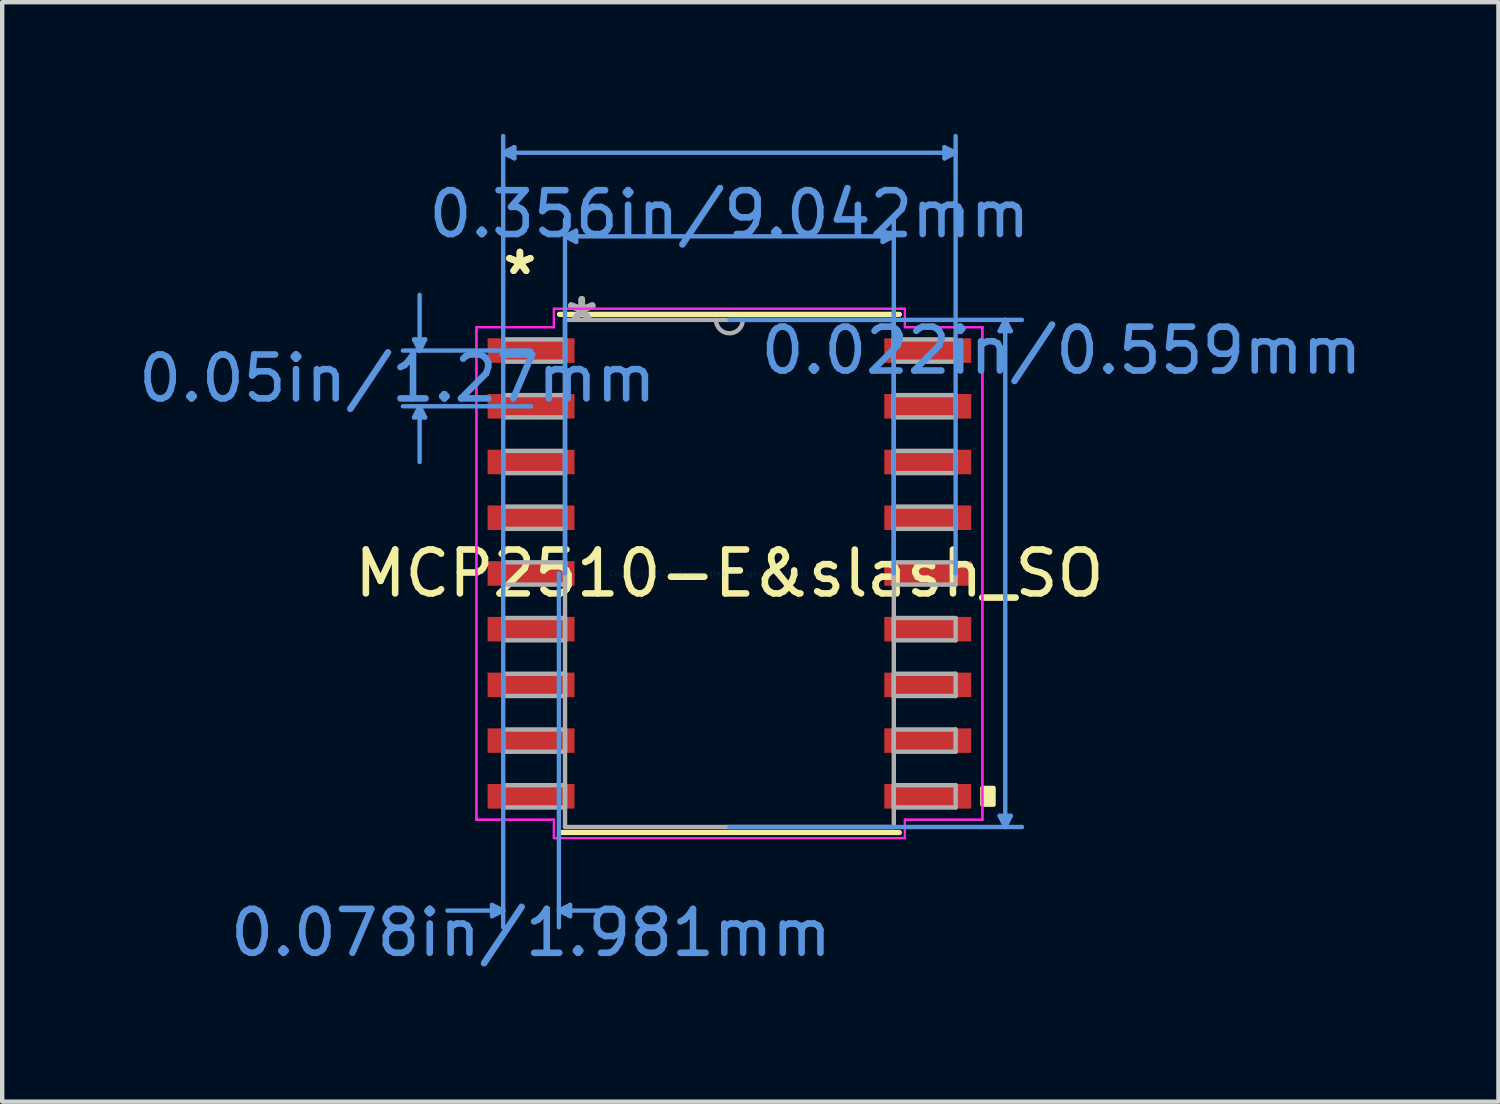
<source format=kicad_pcb>
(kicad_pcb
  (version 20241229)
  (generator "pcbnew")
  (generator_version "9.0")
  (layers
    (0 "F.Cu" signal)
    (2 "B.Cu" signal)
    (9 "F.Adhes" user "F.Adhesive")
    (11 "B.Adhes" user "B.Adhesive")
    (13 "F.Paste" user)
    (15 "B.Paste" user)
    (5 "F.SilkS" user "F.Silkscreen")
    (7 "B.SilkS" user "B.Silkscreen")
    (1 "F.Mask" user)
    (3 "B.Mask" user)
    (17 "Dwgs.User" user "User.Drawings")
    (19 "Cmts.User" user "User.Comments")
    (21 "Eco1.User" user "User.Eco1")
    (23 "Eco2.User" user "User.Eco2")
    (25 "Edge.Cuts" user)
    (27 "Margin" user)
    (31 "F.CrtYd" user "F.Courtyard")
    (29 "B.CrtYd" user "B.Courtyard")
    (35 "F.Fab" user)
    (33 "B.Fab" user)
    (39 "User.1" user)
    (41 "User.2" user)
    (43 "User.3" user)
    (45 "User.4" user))
  (footprint "MCP2510-E&slash_SO"
    (layer "F.Cu")
    (at 13.575 10.02)
    (property "Reference" "MCP2510-E&slash_SO" (at 0 0 0) (layer "F.SilkS") (effects (font (size 1 1) (thickness 0.15))))
    (attr through_hole)
    (fp_line (start -3.873 5.905) (end 3.873 5.905) (stroke (width 0.12) (type solid)) (layer "F.SilkS"))
    (fp_line (start 3.873 -5.905) (end -3.873 -5.905) (stroke (width 0.12) (type solid)) (layer "F.SilkS"))
    (fp_poly (pts (xy 6.02 4.889) (xy 6.02 5.271) (xy 5.766 5.271) (xy 5.766 4.889)) (stroke (width 0.1) (type solid)) (fill yes) (layer "F.SilkS"))
    (fp_line (start -7.188 -5.334) (end -6.934 -5.334) (stroke (width 0.1) (type solid)) (layer "Cmts.User"))
    (fp_line (start -7.188 -3.556) (end -6.934 -3.556) (stroke (width 0.1) (type solid)) (layer "Cmts.User"))
    (fp_line (start -7.061 -5.08) (end -7.188 -5.334) (stroke (width 0.1) (type solid)) (layer "Cmts.User"))
    (fp_line (start -7.061 -5.08) (end -7.061 -6.35) (stroke (width 0.1) (type solid)) (layer "Cmts.User"))
    (fp_line (start -7.061 -5.08) (end -6.934 -5.334) (stroke (width 0.1) (type solid)) (layer "Cmts.User"))
    (fp_line (start -7.061 -3.81) (end -7.188 -3.556) (stroke (width 0.1) (type solid)) (layer "Cmts.User"))
    (fp_line (start -7.061 -3.81) (end -7.061 -2.54) (stroke (width 0.1) (type solid)) (layer "Cmts.User"))
    (fp_line (start -7.061 -3.81) (end -6.934 -3.556) (stroke (width 0.1) (type solid)) (layer "Cmts.User"))
    (fp_line (start -5.41 7.556) (end -5.41 7.811) (stroke (width 0.1) (type solid)) (layer "Cmts.User"))
    (fp_line (start -5.156 -9.588) (end -4.902 -9.716) (stroke (width 0.1) (type solid)) (layer "Cmts.User"))
    (fp_line (start -5.156 -9.588) (end -4.902 -9.461) (stroke (width 0.1) (type solid)) (layer "Cmts.User"))
    (fp_line (start -5.156 -9.588) (end 5.156 -9.588) (stroke (width 0.1) (type solid)) (layer "Cmts.User"))
    (fp_line (start -5.156 0) (end -5.156 -9.97) (stroke (width 0.1) (type solid)) (layer "Cmts.User"))
    (fp_line (start -5.156 0) (end -5.156 8.065) (stroke (width 0.1) (type solid)) (layer "Cmts.User"))
    (fp_line (start -5.156 7.684) (end -6.426 7.684) (stroke (width 0.1) (type solid)) (layer "Cmts.User"))
    (fp_line (start -5.156 7.684) (end -5.41 7.556) (stroke (width 0.1) (type solid)) (layer "Cmts.User"))
    (fp_line (start -5.156 7.684) (end -5.41 7.811) (stroke (width 0.1) (type solid)) (layer "Cmts.User"))
    (fp_line (start -4.902 -9.716) (end -4.902 -9.461) (stroke (width 0.1) (type solid)) (layer "Cmts.User"))
    (fp_line (start -4.521 -5.08) (end -7.442 -5.08) (stroke (width 0.1) (type solid)) (layer "Cmts.User"))
    (fp_line (start -4.521 -3.81) (end -7.442 -3.81) (stroke (width 0.1) (type solid)) (layer "Cmts.User"))
    (fp_line (start -3.886 0) (end -3.886 8.065) (stroke (width 0.1) (type solid)) (layer "Cmts.User"))
    (fp_line (start -3.886 7.684) (end -3.632 7.556) (stroke (width 0.1) (type solid)) (layer "Cmts.User"))
    (fp_line (start -3.886 7.684) (end -3.632 7.811) (stroke (width 0.1) (type solid)) (layer "Cmts.User"))
    (fp_line (start -3.886 7.684) (end -2.616 7.684) (stroke (width 0.1) (type solid)) (layer "Cmts.User"))
    (fp_line (start -3.747 -7.684) (end -3.493 -7.811) (stroke (width 0.1) (type solid)) (layer "Cmts.User"))
    (fp_line (start -3.747 -7.684) (end -3.493 -7.556) (stroke (width 0.1) (type solid)) (layer "Cmts.User"))
    (fp_line (start -3.747 -7.684) (end 3.747 -7.684) (stroke (width 0.1) (type solid)) (layer "Cmts.User"))
    (fp_line (start -3.747 0) (end -3.747 -8.065) (stroke (width 0.1) (type solid)) (layer "Cmts.User"))
    (fp_line (start -3.632 7.556) (end -3.632 7.811) (stroke (width 0.1) (type solid)) (layer "Cmts.User"))
    (fp_line (start -3.493 -7.811) (end -3.493 -7.556) (stroke (width 0.1) (type solid)) (layer "Cmts.User"))
    (fp_line (start 0 -5.779) (end 6.668 -5.779) (stroke (width 0.1) (type solid)) (layer "Cmts.User"))
    (fp_line (start 0 5.779) (end 6.668 5.779) (stroke (width 0.1) (type solid)) (layer "Cmts.User"))
    (fp_line (start 3.493 -7.811) (end 3.493 -7.556) (stroke (width 0.1) (type solid)) (layer "Cmts.User"))
    (fp_line (start 3.747 -7.684) (end 3.493 -7.811) (stroke (width 0.1) (type solid)) (layer "Cmts.User"))
    (fp_line (start 3.747 -7.684) (end 3.493 -7.556) (stroke (width 0.1) (type solid)) (layer "Cmts.User"))
    (fp_line (start 3.747 0) (end 3.747 -8.065) (stroke (width 0.1) (type solid)) (layer "Cmts.User"))
    (fp_line (start 4.902 -9.716) (end 4.902 -9.461) (stroke (width 0.1) (type solid)) (layer "Cmts.User"))
    (fp_line (start 5.156 -9.588) (end 4.902 -9.716) (stroke (width 0.1) (type solid)) (layer "Cmts.User"))
    (fp_line (start 5.156 -9.588) (end 4.902 -9.461) (stroke (width 0.1) (type solid)) (layer "Cmts.User"))
    (fp_line (start 5.156 0) (end 5.156 -9.97) (stroke (width 0.1) (type solid)) (layer "Cmts.User"))
    (fp_line (start 6.16 -5.524) (end 6.413 -5.524) (stroke (width 0.1) (type solid)) (layer "Cmts.User"))
    (fp_line (start 6.16 5.524) (end 6.413 5.524) (stroke (width 0.1) (type solid)) (layer "Cmts.User"))
    (fp_line (start 6.287 -5.779) (end 6.16 -5.524) (stroke (width 0.1) (type solid)) (layer "Cmts.User"))
    (fp_line (start 6.287 -5.779) (end 6.287 5.779) (stroke (width 0.1) (type solid)) (layer "Cmts.User"))
    (fp_line (start 6.287 -5.779) (end 6.413 -5.524) (stroke (width 0.1) (type solid)) (layer "Cmts.User"))
    (fp_line (start 6.287 5.779) (end 6.16 5.524) (stroke (width 0.1) (type solid)) (layer "Cmts.User"))
    (fp_line (start 6.287 5.779) (end 6.413 5.524) (stroke (width 0.1) (type solid)) (layer "Cmts.User"))
    (fp_line (start -5.766 -5.613) (end -4 -5.613) (stroke (width 0.05) (type solid)) (layer "F.CrtYd"))
    (fp_line (start -5.766 -5.613) (end -4 -5.613) (stroke (width 0.05) (type solid)) (layer "F.CrtYd"))
    (fp_line (start -5.766 5.613) (end -5.766 -5.613) (stroke (width 0.05) (type solid)) (layer "F.CrtYd"))
    (fp_line (start -5.766 5.613) (end -5.766 -5.613) (stroke (width 0.05) (type solid)) (layer "F.CrtYd"))
    (fp_line (start -5.766 5.613) (end -4 5.613) (stroke (width 0.05) (type solid)) (layer "F.CrtYd"))
    (fp_line (start -4 -6.032) (end 4 -6.032) (stroke (width 0.05) (type solid)) (layer "F.CrtYd"))
    (fp_line (start -4 -6.032) (end 4 -6.032) (stroke (width 0.05) (type solid)) (layer "F.CrtYd"))
    (fp_line (start -4 -5.613) (end -4 -6.032) (stroke (width 0.05) (type solid)) (layer "F.CrtYd"))
    (fp_line (start -4 -5.613) (end -4 -6.032) (stroke (width 0.05) (type solid)) (layer "F.CrtYd"))
    (fp_line (start -4 5.613) (end -5.766 5.613) (stroke (width 0.05) (type solid)) (layer "F.CrtYd"))
    (fp_line (start -4 6.032) (end -4 5.613) (stroke (width 0.05) (type solid)) (layer "F.CrtYd"))
    (fp_line (start -4 6.032) (end -4 5.613) (stroke (width 0.05) (type solid)) (layer "F.CrtYd"))
    (fp_line (start 4 -6.032) (end 4 -5.613) (stroke (width 0.05) (type solid)) (layer "F.CrtYd"))
    (fp_line (start 4 -6.032) (end 4 -5.613) (stroke (width 0.05) (type solid)) (layer "F.CrtYd"))
    (fp_line (start 4 -5.613) (end 5.766 -5.613) (stroke (width 0.05) (type solid)) (layer "F.CrtYd"))
    (fp_line (start 4 5.613) (end 4 6.032) (stroke (width 0.05) (type solid)) (layer "F.CrtYd"))
    (fp_line (start 4 5.613) (end 4 6.032) (stroke (width 0.05) (type solid)) (layer "F.CrtYd"))
    (fp_line (start 4 6.032) (end -4 6.032) (stroke (width 0.05) (type solid)) (layer "F.CrtYd"))
    (fp_line (start 4 6.032) (end -4 6.032) (stroke (width 0.05) (type solid)) (layer "F.CrtYd"))
    (fp_line (start 5.766 -5.613) (end 4 -5.613) (stroke (width 0.05) (type solid)) (layer "F.CrtYd"))
    (fp_line (start 5.766 -5.613) (end 5.766 5.613) (stroke (width 0.05) (type solid)) (layer "F.CrtYd"))
    (fp_line (start 5.766 -5.613) (end 5.766 5.613) (stroke (width 0.05) (type solid)) (layer "F.CrtYd"))
    (fp_line (start 5.766 5.613) (end 4 5.613) (stroke (width 0.05) (type solid)) (layer "F.CrtYd"))
    (fp_line (start 5.766 5.613) (end 4 5.613) (stroke (width 0.05) (type solid)) (layer "F.CrtYd"))
    (fp_line (start -5.156 -5.334) (end -5.156 -4.826) (stroke (width 0.1) (type solid)) (layer "F.Fab"))
    (fp_line (start -5.156 -4.826) (end -3.747 -4.826) (stroke (width 0.1) (type solid)) (layer "F.Fab"))
    (fp_line (start -5.156 -4.064) (end -5.156 -3.556) (stroke (width 0.1) (type solid)) (layer "F.Fab"))
    (fp_line (start -5.156 -3.556) (end -3.747 -3.556) (stroke (width 0.1) (type solid)) (layer "F.Fab"))
    (fp_line (start -5.156 -2.794) (end -5.156 -2.286) (stroke (width 0.1) (type solid)) (layer "F.Fab"))
    (fp_line (start -5.156 -2.286) (end -3.747 -2.286) (stroke (width 0.1) (type solid)) (layer "F.Fab"))
    (fp_line (start -5.156 -1.524) (end -5.156 -1.016) (stroke (width 0.1) (type solid)) (layer "F.Fab"))
    (fp_line (start -5.156 -1.016) (end -3.747 -1.016) (stroke (width 0.1) (type solid)) (layer "F.Fab"))
    (fp_line (start -5.156 -0.254) (end -5.156 0.254) (stroke (width 0.1) (type solid)) (layer "F.Fab"))
    (fp_line (start -5.156 0.254) (end -3.747 0.254) (stroke (width 0.1) (type solid)) (layer "F.Fab"))
    (fp_line (start -5.156 1.016) (end -5.156 1.524) (stroke (width 0.1) (type solid)) (layer "F.Fab"))
    (fp_line (start -5.156 1.524) (end -3.747 1.524) (stroke (width 0.1) (type solid)) (layer "F.Fab"))
    (fp_line (start -5.156 2.286) (end -5.156 2.794) (stroke (width 0.1) (type solid)) (layer "F.Fab"))
    (fp_line (start -5.156 2.794) (end -3.747 2.794) (stroke (width 0.1) (type solid)) (layer "F.Fab"))
    (fp_line (start -5.156 3.556) (end -5.156 4.064) (stroke (width 0.1) (type solid)) (layer "F.Fab"))
    (fp_line (start -5.156 4.064) (end -3.747 4.064) (stroke (width 0.1) (type solid)) (layer "F.Fab"))
    (fp_line (start -5.156 4.826) (end -5.156 5.334) (stroke (width 0.1) (type solid)) (layer "F.Fab"))
    (fp_line (start -5.156 5.334) (end -3.747 5.334) (stroke (width 0.1) (type solid)) (layer "F.Fab"))
    (fp_line (start -3.747 -5.779) (end -3.747 5.779) (stroke (width 0.1) (type solid)) (layer "F.Fab"))
    (fp_line (start -3.747 -5.334) (end -5.156 -5.334) (stroke (width 0.1) (type solid)) (layer "F.Fab"))
    (fp_line (start -3.747 -4.826) (end -3.747 -5.334) (stroke (width 0.1) (type solid)) (layer "F.Fab"))
    (fp_line (start -3.747 -4.064) (end -5.156 -4.064) (stroke (width 0.1) (type solid)) (layer "F.Fab"))
    (fp_line (start -3.747 -3.556) (end -3.747 -4.064) (stroke (width 0.1) (type solid)) (layer "F.Fab"))
    (fp_line (start -3.747 -2.794) (end -5.156 -2.794) (stroke (width 0.1) (type solid)) (layer "F.Fab"))
    (fp_line (start -3.747 -2.286) (end -3.747 -2.794) (stroke (width 0.1) (type solid)) (layer "F.Fab"))
    (fp_line (start -3.747 -1.524) (end -5.156 -1.524) (stroke (width 0.1) (type solid)) (layer "F.Fab"))
    (fp_line (start -3.747 -1.016) (end -3.747 -1.524) (stroke (width 0.1) (type solid)) (layer "F.Fab"))
    (fp_line (start -3.747 -0.254) (end -5.156 -0.254) (stroke (width 0.1) (type solid)) (layer "F.Fab"))
    (fp_line (start -3.747 0.254) (end -3.747 -0.254) (stroke (width 0.1) (type solid)) (layer "F.Fab"))
    (fp_line (start -3.747 1.016) (end -5.156 1.016) (stroke (width 0.1) (type solid)) (layer "F.Fab"))
    (fp_line (start -3.747 1.524) (end -3.747 1.016) (stroke (width 0.1) (type solid)) (layer "F.Fab"))
    (fp_line (start -3.747 2.286) (end -5.156 2.286) (stroke (width 0.1) (type solid)) (layer "F.Fab"))
    (fp_line (start -3.747 2.794) (end -3.747 2.286) (stroke (width 0.1) (type solid)) (layer "F.Fab"))
    (fp_line (start -3.747 3.556) (end -5.156 3.556) (stroke (width 0.1) (type solid)) (layer "F.Fab"))
    (fp_line (start -3.747 4.064) (end -3.747 3.556) (stroke (width 0.1) (type solid)) (layer "F.Fab"))
    (fp_line (start -3.747 4.826) (end -5.156 4.826) (stroke (width 0.1) (type solid)) (layer "F.Fab"))
    (fp_line (start -3.747 5.334) (end -3.747 4.826) (stroke (width 0.1) (type solid)) (layer "F.Fab"))
    (fp_line (start -3.747 5.779) (end 3.747 5.779) (stroke (width 0.1) (type solid)) (layer "F.Fab"))
    (fp_line (start 3.747 -5.779) (end -3.747 -5.779) (stroke (width 0.1) (type solid)) (layer "F.Fab"))
    (fp_line (start 3.747 -5.334) (end 3.747 -4.826) (stroke (width 0.1) (type solid)) (layer "F.Fab"))
    (fp_line (start 3.747 -4.826) (end 5.156 -4.826) (stroke (width 0.1) (type solid)) (layer "F.Fab"))
    (fp_line (start 3.747 -4.064) (end 3.747 -3.556) (stroke (width 0.1) (type solid)) (layer "F.Fab"))
    (fp_line (start 3.747 -3.556) (end 5.156 -3.556) (stroke (width 0.1) (type solid)) (layer "F.Fab"))
    (fp_line (start 3.747 -2.794) (end 3.747 -2.286) (stroke (width 0.1) (type solid)) (layer "F.Fab"))
    (fp_line (start 3.747 -2.286) (end 5.156 -2.286) (stroke (width 0.1) (type solid)) (layer "F.Fab"))
    (fp_line (start 3.747 -1.524) (end 3.747 -1.016) (stroke (width 0.1) (type solid)) (layer "F.Fab"))
    (fp_line (start 3.747 -1.016) (end 5.156 -1.016) (stroke (width 0.1) (type solid)) (layer "F.Fab"))
    (fp_line (start 3.747 -0.254) (end 3.747 0.254) (stroke (width 0.1) (type solid)) (layer "F.Fab"))
    (fp_line (start 3.747 0.254) (end 5.156 0.254) (stroke (width 0.1) (type solid)) (layer "F.Fab"))
    (fp_line (start 3.747 1.016) (end 3.747 1.524) (stroke (width 0.1) (type solid)) (layer "F.Fab"))
    (fp_line (start 3.747 1.524) (end 5.156 1.524) (stroke (width 0.1) (type solid)) (layer "F.Fab"))
    (fp_line (start 3.747 2.286) (end 3.747 2.794) (stroke (width 0.1) (type solid)) (layer "F.Fab"))
    (fp_line (start 3.747 2.794) (end 5.156 2.794) (stroke (width 0.1) (type solid)) (layer "F.Fab"))
    (fp_line (start 3.747 3.556) (end 3.747 4.064) (stroke (width 0.1) (type solid)) (layer "F.Fab"))
    (fp_line (start 3.747 4.064) (end 5.156 4.064) (stroke (width 0.1) (type solid)) (layer "F.Fab"))
    (fp_line (start 3.747 4.826) (end 3.747 5.334) (stroke (width 0.1) (type solid)) (layer "F.Fab"))
    (fp_line (start 3.747 5.334) (end 5.156 5.334) (stroke (width 0.1) (type solid)) (layer "F.Fab"))
    (fp_line (start 3.747 5.779) (end 3.747 -5.779) (stroke (width 0.1) (type solid)) (layer "F.Fab"))
    (fp_line (start 5.156 -5.334) (end 3.747 -5.334) (stroke (width 0.1) (type solid)) (layer "F.Fab"))
    (fp_line (start 5.156 -4.826) (end 5.156 -5.334) (stroke (width 0.1) (type solid)) (layer "F.Fab"))
    (fp_line (start 5.156 -4.064) (end 3.747 -4.064) (stroke (width 0.1) (type solid)) (layer "F.Fab"))
    (fp_line (start 5.156 -3.556) (end 5.156 -4.064) (stroke (width 0.1) (type solid)) (layer "F.Fab"))
    (fp_line (start 5.156 -2.794) (end 3.747 -2.794) (stroke (width 0.1) (type solid)) (layer "F.Fab"))
    (fp_line (start 5.156 -2.286) (end 5.156 -2.794) (stroke (width 0.1) (type solid)) (layer "F.Fab"))
    (fp_line (start 5.156 -1.524) (end 3.747 -1.524) (stroke (width 0.1) (type solid)) (layer "F.Fab"))
    (fp_line (start 5.156 -1.016) (end 5.156 -1.524) (stroke (width 0.1) (type solid)) (layer "F.Fab"))
    (fp_line (start 5.156 -0.254) (end 3.747 -0.254) (stroke (width 0.1) (type solid)) (layer "F.Fab"))
    (fp_line (start 5.156 0.254) (end 5.156 -0.254) (stroke (width 0.1) (type solid)) (layer "F.Fab"))
    (fp_line (start 5.156 1.016) (end 3.747 1.016) (stroke (width 0.1) (type solid)) (layer "F.Fab"))
    (fp_line (start 5.156 1.524) (end 5.156 1.016) (stroke (width 0.1) (type solid)) (layer "F.Fab"))
    (fp_line (start 5.156 2.286) (end 3.747 2.286) (stroke (width 0.1) (type solid)) (layer "F.Fab"))
    (fp_line (start 5.156 2.794) (end 5.156 2.286) (stroke (width 0.1) (type solid)) (layer "F.Fab"))
    (fp_line (start 5.156 3.556) (end 3.747 3.556) (stroke (width 0.1) (type solid)) (layer "F.Fab"))
    (fp_line (start 5.156 4.064) (end 5.156 3.556) (stroke (width 0.1) (type solid)) (layer "F.Fab"))
    (fp_line (start 5.156 4.826) (end 3.747 4.826) (stroke (width 0.1) (type solid)) (layer "F.Fab"))
    (fp_line (start 5.156 5.334) (end 5.156 4.826) (stroke (width 0.1) (type solid)) (layer "F.Fab"))
    (fp_arc (start 0.3048 -5.7785) (mid 0 -5.4737) (end -0.3048 -5.7785) (stroke (width 0.1) (type solid)) (layer "F.Fab"))
    (fp_text user "*" (at -4.775 -6.782 0) (layer "F.SilkS") (effects (font (size 1 1) (thickness 0.15))))
    (fp_text user "*" (at -4.775 -6.782 0) (layer "F.SilkS") (effects (font (size 1 1) (thickness 0.15))))
    (fp_text user "0.05in/1.27mm" (at -7.569 -4.445 0) (layer "Cmts.User") (effects (font (size 1 1) (thickness 0.15))))
    (fp_text user "Copyright 2021 Accelerated Designs. All rights reserved." (at 0 0 0) (layer "Cmts.User") (effects (font (size 0.127 0.127) (thickness 0.002))))
    (fp_text user "0.022in/0.559mm" (at 7.569 -5.08 0) (layer "Cmts.User") (effects (font (size 1 1) (thickness 0.15))))
    (fp_text user "0.356in/9.042mm" (at 0 -8.191 0) (layer "Cmts.User") (effects (font (size 1 1) (thickness 0.15))))
    (fp_text user "0.078in/1.981mm" (at -4.521 8.191 0) (layer "Cmts.User") (effects (font (size 1 1) (thickness 0.15))))
    (fp_text user "*" (at -3.365 -5.702 0) (layer "F.Fab") (effects (font (size 1 1) (thickness 0.15))))
    (fp_text user "*" (at -3.365 -5.702 0) (layer "F.Fab") (effects (font (size 1 1) (thickness 0.15))))
    (pad "1" smd rect (at -4.521 -5.08) (size 1.981 0.559) (layers "F.Cu" "F.Mask" "F.Paste"))
    (pad "2" smd rect (at -4.521 -3.81) (size 1.981 0.559) (layers "F.Cu" "F.Mask" "F.Paste"))
    (pad "3" smd rect (at -4.521 -2.54) (size 1.981 0.559) (layers "F.Cu" "F.Mask" "F.Paste"))
    (pad "4" smd rect (at -4.521 -1.27) (size 1.981 0.559) (layers "F.Cu" "F.Mask" "F.Paste"))
    (pad "5" smd rect (at -4.521 0) (size 1.981 0.559) (layers "F.Cu" "F.Mask" "F.Paste"))
    (pad "6" smd rect (at -4.521 1.27) (size 1.981 0.559) (layers "F.Cu" "F.Mask" "F.Paste"))
    (pad "7" smd rect (at -4.521 2.54) (size 1.981 0.559) (layers "F.Cu" "F.Mask" "F.Paste"))
    (pad "8" smd rect (at -4.521 3.81) (size 1.981 0.559) (layers "F.Cu" "F.Mask" "F.Paste"))
    (pad "9" smd rect (at -4.521 5.08) (size 1.981 0.559) (layers "F.Cu" "F.Mask" "F.Paste"))
    (pad "10" smd rect (at 4.521 5.08) (size 1.981 0.559) (layers "F.Cu" "F.Mask" "F.Paste"))
    (pad "11" smd rect (at 4.521 3.81) (size 1.981 0.559) (layers "F.Cu" "F.Mask" "F.Paste"))
    (pad "12" smd rect (at 4.521 2.54) (size 1.981 0.559) (layers "F.Cu" "F.Mask" "F.Paste"))
    (pad "13" smd rect (at 4.521 1.27) (size 1.981 0.559) (layers "F.Cu" "F.Mask" "F.Paste"))
    (pad "14" smd rect (at 4.521 0) (size 1.981 0.559) (layers "F.Cu" "F.Mask" "F.Paste"))
    (pad "15" smd rect (at 4.521 -1.27) (size 1.981 0.559) (layers "F.Cu" "F.Mask" "F.Paste"))
    (pad "16" smd rect (at 4.521 -2.54) (size 1.981 0.559) (layers "F.Cu" "F.Mask" "F.Paste"))
    (pad "17" smd rect (at 4.521 -3.81) (size 1.981 0.559) (layers "F.Cu" "F.Mask" "F.Paste"))
    (pad "18" smd rect (at 4.521 -5.08) (size 1.981 0.559) (layers "F.Cu" "F.Mask" "F.Paste")))
  (gr_rect
    (start -3 -3)
    (end 31.103 22.059)
    (stroke (width 0.1) (type default))
    (fill no)
    (layer "Edge.Cuts")))
</source>
